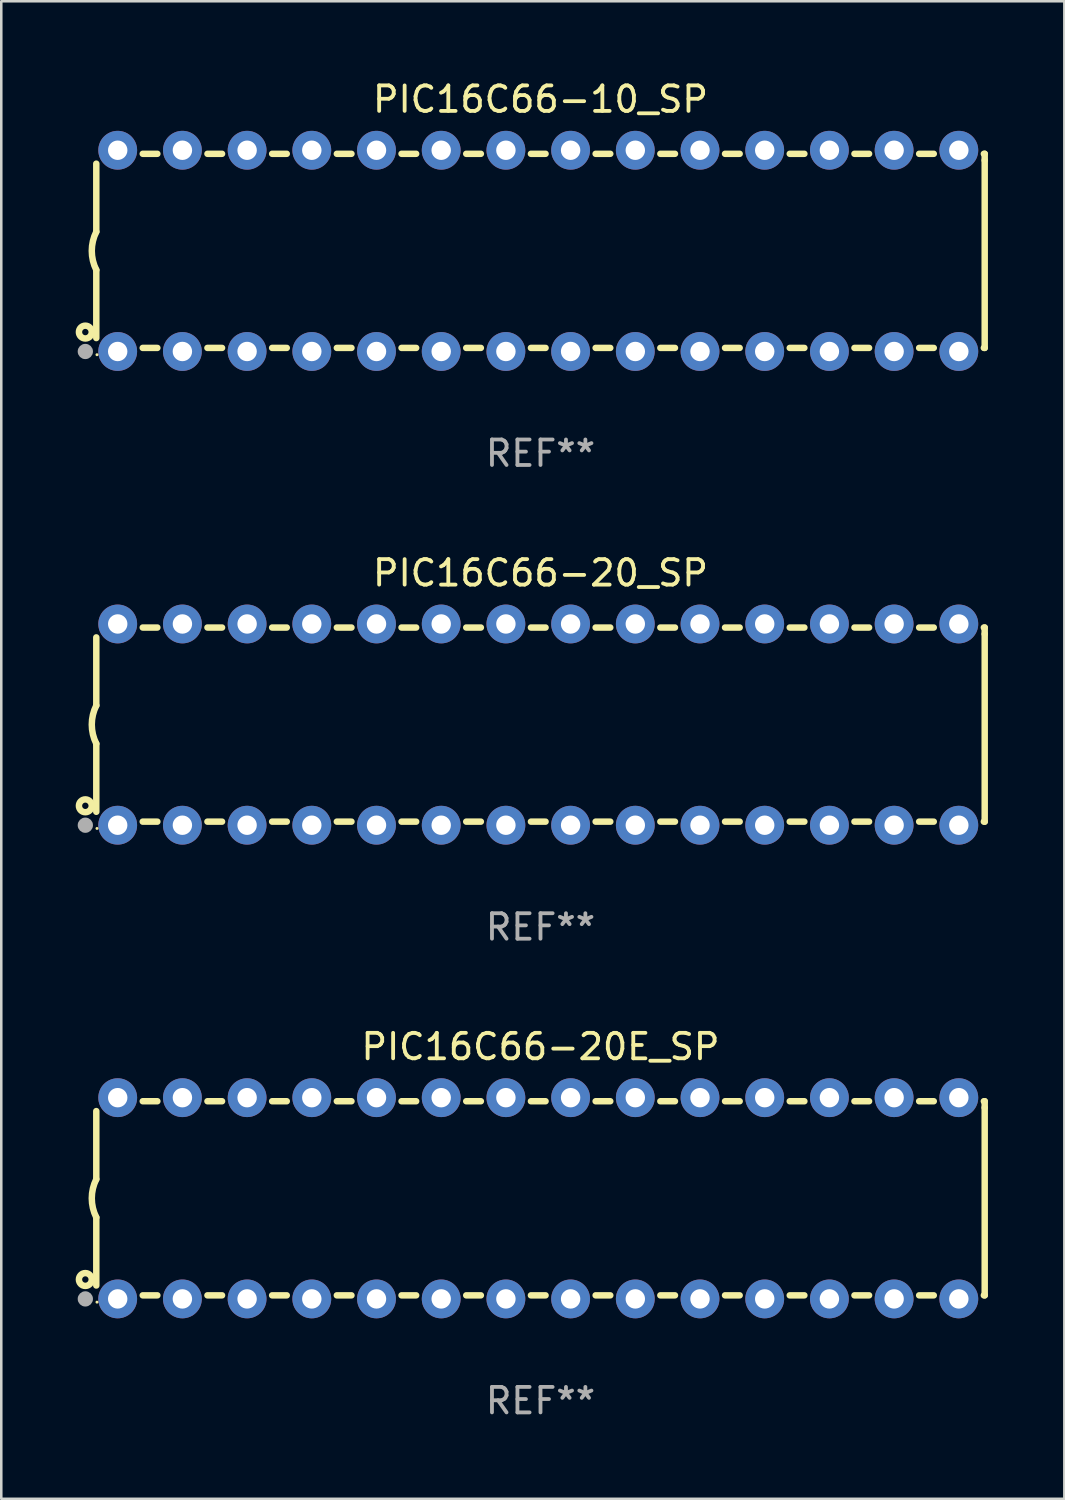
<source format=kicad_pcb>
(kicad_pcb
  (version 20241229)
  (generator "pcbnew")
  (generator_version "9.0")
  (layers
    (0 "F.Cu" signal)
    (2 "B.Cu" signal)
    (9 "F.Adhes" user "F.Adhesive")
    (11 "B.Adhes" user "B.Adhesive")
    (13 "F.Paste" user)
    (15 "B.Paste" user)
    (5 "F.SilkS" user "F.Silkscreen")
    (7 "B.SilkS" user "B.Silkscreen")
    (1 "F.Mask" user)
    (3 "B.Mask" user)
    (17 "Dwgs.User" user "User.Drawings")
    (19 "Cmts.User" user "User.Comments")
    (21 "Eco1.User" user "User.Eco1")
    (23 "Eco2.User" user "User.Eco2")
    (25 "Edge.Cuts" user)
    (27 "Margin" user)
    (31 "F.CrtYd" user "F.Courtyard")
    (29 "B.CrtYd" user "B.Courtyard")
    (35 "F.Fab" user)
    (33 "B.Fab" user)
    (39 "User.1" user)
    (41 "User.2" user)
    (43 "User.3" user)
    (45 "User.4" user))
  (footprint "PIC16C66-20E_SP"
    (layer "F.Cu")
    (at 18.168 43.991)
    (property "Reference" "PIC16C66-20E_SP" (at 0 -5.95 0) (layer "F.SilkS") (effects (font (size 1 1) (thickness 0.15))))
    (attr through_hole)
    (fp_line (start -17.438 0.75) (end -17.438 3.423) (stroke (width 0.254) (type solid)) (layer "F.SilkS"))
    (fp_line (start -17.438 -3.423) (end -17.438 -0.75) (stroke (width 0.254) (type solid)) (layer "F.SilkS"))
    (fp_line (start -15.615 3.81) (end -15.041 3.81) (stroke (width 0.254) (type solid)) (layer "F.SilkS"))
    (fp_line (start -15.041 -3.81) (end -15.614 -3.81) (stroke (width 0.254) (type solid)) (layer "F.SilkS"))
    (fp_line (start -13.075 3.81) (end -12.501 3.81) (stroke (width 0.254) (type solid)) (layer "F.SilkS"))
    (fp_line (start -12.501 -3.81) (end -13.074 -3.81) (stroke (width 0.254) (type solid)) (layer "F.SilkS"))
    (fp_line (start -10.535 3.81) (end -9.961 3.81) (stroke (width 0.254) (type solid)) (layer "F.SilkS"))
    (fp_line (start -9.961 -3.81) (end -10.534 -3.81) (stroke (width 0.254) (type solid)) (layer "F.SilkS"))
    (fp_line (start -7.995 3.81) (end -7.421 3.81) (stroke (width 0.254) (type solid)) (layer "F.SilkS"))
    (fp_line (start -7.421 -3.81) (end -7.995 -3.81) (stroke (width 0.254) (type solid)) (layer "F.SilkS"))
    (fp_line (start -5.455 3.81) (end -4.881 3.81) (stroke (width 0.254) (type solid)) (layer "F.SilkS"))
    (fp_line (start -4.881 -3.81) (end -5.455 -3.81) (stroke (width 0.254) (type solid)) (layer "F.SilkS"))
    (fp_line (start -2.915 3.81) (end -2.341 3.81) (stroke (width 0.254) (type solid)) (layer "F.SilkS"))
    (fp_line (start -2.341 -3.81) (end -2.915 -3.81) (stroke (width 0.254) (type solid)) (layer "F.SilkS"))
    (fp_line (start -0.375 3.81) (end 0.199 3.81) (stroke (width 0.254) (type solid)) (layer "F.SilkS"))
    (fp_line (start 0.199 -3.81) (end -0.375 -3.81) (stroke (width 0.254) (type solid)) (layer "F.SilkS"))
    (fp_line (start 2.165 3.81) (end 2.739 3.81) (stroke (width 0.254) (type solid)) (layer "F.SilkS"))
    (fp_line (start 2.739 -3.81) (end 2.165 -3.81) (stroke (width 0.254) (type solid)) (layer "F.SilkS"))
    (fp_line (start 4.705 3.81) (end 5.279 3.81) (stroke (width 0.254) (type solid)) (layer "F.SilkS"))
    (fp_line (start 5.279 -3.81) (end 4.705 -3.81) (stroke (width 0.254) (type solid)) (layer "F.SilkS"))
    (fp_line (start 7.245 3.81) (end 7.819 3.81) (stroke (width 0.254) (type solid)) (layer "F.SilkS"))
    (fp_line (start 7.819 -3.81) (end 7.245 -3.81) (stroke (width 0.254) (type solid)) (layer "F.SilkS"))
    (fp_line (start 9.785 3.81) (end 10.359 3.81) (stroke (width 0.254) (type solid)) (layer "F.SilkS"))
    (fp_line (start 10.359 -3.81) (end 9.785 -3.81) (stroke (width 0.254) (type solid)) (layer "F.SilkS"))
    (fp_line (start 12.325 3.81) (end 12.899 3.81) (stroke (width 0.254) (type solid)) (layer "F.SilkS"))
    (fp_line (start 12.899 -3.81) (end 12.325 -3.81) (stroke (width 0.254) (type solid)) (layer "F.SilkS"))
    (fp_line (start 14.865 3.81) (end 15.439 3.81) (stroke (width 0.254) (type solid)) (layer "F.SilkS"))
    (fp_line (start 15.439 -3.81) (end 14.865 -3.81) (stroke (width 0.254) (type solid)) (layer "F.SilkS"))
    (fp_line (start 17.405 3.81) (end 17.438 3.81) (stroke (width 0.254) (type solid)) (layer "F.SilkS"))
    (fp_line (start 17.438 -3.81) (end 17.405 -3.81) (stroke (width 0.254) (type solid)) (layer "F.SilkS"))
    (fp_line (start 17.438 -3.556) (end 17.438 -3.81) (stroke (width 0.254) (type solid)) (layer "F.SilkS"))
    (fp_line (start 17.438 3.81) (end 17.438 -3.556) (stroke (width 0.254) (type solid)) (layer "F.SilkS"))
    (fp_arc (start -17.437986 0.749657) (mid -17.614887 -0.000024) (end -17.437783 -0.749657) (stroke (width 0.254001) (type solid)) (layer "F.SilkS"))
    (fp_circle (center -17.868 3.188) (end -17.743 3.188) (stroke (width 0.254) (type solid)) (fill no) (layer "F.SilkS"))
    (fp_circle (center -17.411 4.077) (end -17.381 4.077) (stroke (width 0.06) (type solid)) (fill no) (layer "F.SilkS"))
    (fp_circle (center -17.868 3.95) (end -17.718 3.95) (stroke (width 0.3) (type solid)) (fill no) (layer "F.Fab"))
    (fp_text user "REF**" (at 0 7.95 0) (layer "F.Fab") (effects (font (size 1 1) (thickness 0.15))))
    (pad "1" thru_hole circle (at -16.598 3.95) (size 1.524 1.524) (drill 0.762) (layers "*.Cu" "*.Mask"))
    (pad "2" thru_hole circle (at -14.058 3.95) (size 1.524 1.524) (drill 0.762) (layers "*.Cu" "*.Mask"))
    (pad "3" thru_hole circle (at -11.518 3.95) (size 1.524 1.524) (drill 0.762) (layers "*.Cu" "*.Mask"))
    (pad "4" thru_hole circle (at -8.978 3.95) (size 1.524 1.524) (drill 0.762) (layers "*.Cu" "*.Mask"))
    (pad "5" thru_hole circle (at -6.438 3.95) (size 1.524 1.524) (drill 0.762) (layers "*.Cu" "*.Mask"))
    (pad "6" thru_hole circle (at -3.898 3.95) (size 1.524 1.524) (drill 0.762) (layers "*.Cu" "*.Mask"))
    (pad "7" thru_hole circle (at -1.358 3.95) (size 1.524 1.524) (drill 0.762) (layers "*.Cu" "*.Mask"))
    (pad "8" thru_hole circle (at 1.182 3.95) (size 1.524 1.524) (drill 0.762) (layers "*.Cu" "*.Mask"))
    (pad "9" thru_hole circle (at 3.722 3.95) (size 1.524 1.524) (drill 0.762) (layers "*.Cu" "*.Mask"))
    (pad "10" thru_hole circle (at 6.262 3.95) (size 1.524 1.524) (drill 0.762) (layers "*.Cu" "*.Mask"))
    (pad "11" thru_hole circle (at 8.802 3.95) (size 1.524 1.524) (drill 0.762) (layers "*.Cu" "*.Mask"))
    (pad "12" thru_hole circle (at 11.342 3.95) (size 1.524 1.524) (drill 0.762) (layers "*.Cu" "*.Mask"))
    (pad "13" thru_hole circle (at 13.882 3.95) (size 1.524 1.524) (drill 0.762) (layers "*.Cu" "*.Mask"))
    (pad "14" thru_hole circle (at 16.422 3.95) (size 1.524 1.524) (drill 0.762) (layers "*.Cu" "*.Mask"))
    (pad "15" thru_hole circle (at 16.422 -3.95) (size 1.524 1.524) (drill 0.762) (layers "*.Cu" "*.Mask"))
    (pad "16" thru_hole circle (at 13.882 -3.95) (size 1.524 1.524) (drill 0.762) (layers "*.Cu" "*.Mask"))
    (pad "17" thru_hole circle (at 11.342 -3.95) (size 1.524 1.524) (drill 0.762) (layers "*.Cu" "*.Mask"))
    (pad "18" thru_hole circle (at 8.802 -3.95) (size 1.524 1.524) (drill 0.762) (layers "*.Cu" "*.Mask"))
    (pad "19" thru_hole circle (at 6.262 -3.95) (size 1.524 1.524) (drill 0.762) (layers "*.Cu" "*.Mask"))
    (pad "20" thru_hole circle (at 3.722 -3.95) (size 1.524 1.524) (drill 0.762) (layers "*.Cu" "*.Mask"))
    (pad "21" thru_hole circle (at 1.182 -3.95) (size 1.524 1.524) (drill 0.762) (layers "*.Cu" "*.Mask"))
    (pad "22" thru_hole circle (at -1.358 -3.95) (size 1.524 1.524) (drill 0.762) (layers "*.Cu" "*.Mask"))
    (pad "23" thru_hole circle (at -3.898 -3.95) (size 1.524 1.524) (drill 0.762) (layers "*.Cu" "*.Mask"))
    (pad "24" thru_hole circle (at -6.438 -3.95) (size 1.524 1.524) (drill 0.762) (layers "*.Cu" "*.Mask"))
    (pad "25" thru_hole circle (at -8.978 -3.95) (size 1.524 1.524) (drill 0.762) (layers "*.Cu" "*.Mask"))
    (pad "26" thru_hole circle (at -11.517 -3.95) (size 1.524 1.524) (drill 0.762) (layers "*.Cu" "*.Mask"))
    (pad "27" thru_hole circle (at -14.057 -3.95) (size 1.524 1.524) (drill 0.762) (layers "*.Cu" "*.Mask"))
    (pad "28" thru_hole circle (at -16.597 -3.95) (size 1.524 1.524) (drill 0.762) (layers "*.Cu" "*.Mask")))
  (footprint "PIC16C66-10_SP"
    (layer "F.Cu")
    (at 18.168 6.798)
    (property "Reference" "PIC16C66-10_SP" (at 0 -5.95 0) (layer "F.SilkS") (effects (font (size 1 1) (thickness 0.15))))
    (attr through_hole)
    (fp_line (start -17.438 0.75) (end -17.438 3.423) (stroke (width 0.254) (type solid)) (layer "F.SilkS"))
    (fp_line (start -17.438 -3.423) (end -17.438 -0.75) (stroke (width 0.254) (type solid)) (layer "F.SilkS"))
    (fp_line (start -15.615 3.81) (end -15.041 3.81) (stroke (width 0.254) (type solid)) (layer "F.SilkS"))
    (fp_line (start -15.041 -3.81) (end -15.614 -3.81) (stroke (width 0.254) (type solid)) (layer "F.SilkS"))
    (fp_line (start -13.075 3.81) (end -12.501 3.81) (stroke (width 0.254) (type solid)) (layer "F.SilkS"))
    (fp_line (start -12.501 -3.81) (end -13.074 -3.81) (stroke (width 0.254) (type solid)) (layer "F.SilkS"))
    (fp_line (start -10.535 3.81) (end -9.961 3.81) (stroke (width 0.254) (type solid)) (layer "F.SilkS"))
    (fp_line (start -9.961 -3.81) (end -10.534 -3.81) (stroke (width 0.254) (type solid)) (layer "F.SilkS"))
    (fp_line (start -7.995 3.81) (end -7.421 3.81) (stroke (width 0.254) (type solid)) (layer "F.SilkS"))
    (fp_line (start -7.421 -3.81) (end -7.995 -3.81) (stroke (width 0.254) (type solid)) (layer "F.SilkS"))
    (fp_line (start -5.455 3.81) (end -4.881 3.81) (stroke (width 0.254) (type solid)) (layer "F.SilkS"))
    (fp_line (start -4.881 -3.81) (end -5.455 -3.81) (stroke (width 0.254) (type solid)) (layer "F.SilkS"))
    (fp_line (start -2.915 3.81) (end -2.341 3.81) (stroke (width 0.254) (type solid)) (layer "F.SilkS"))
    (fp_line (start -2.341 -3.81) (end -2.915 -3.81) (stroke (width 0.254) (type solid)) (layer "F.SilkS"))
    (fp_line (start -0.375 3.81) (end 0.199 3.81) (stroke (width 0.254) (type solid)) (layer "F.SilkS"))
    (fp_line (start 0.199 -3.81) (end -0.375 -3.81) (stroke (width 0.254) (type solid)) (layer "F.SilkS"))
    (fp_line (start 2.165 3.81) (end 2.739 3.81) (stroke (width 0.254) (type solid)) (layer "F.SilkS"))
    (fp_line (start 2.739 -3.81) (end 2.165 -3.81) (stroke (width 0.254) (type solid)) (layer "F.SilkS"))
    (fp_line (start 4.705 3.81) (end 5.279 3.81) (stroke (width 0.254) (type solid)) (layer "F.SilkS"))
    (fp_line (start 5.279 -3.81) (end 4.705 -3.81) (stroke (width 0.254) (type solid)) (layer "F.SilkS"))
    (fp_line (start 7.245 3.81) (end 7.819 3.81) (stroke (width 0.254) (type solid)) (layer "F.SilkS"))
    (fp_line (start 7.819 -3.81) (end 7.245 -3.81) (stroke (width 0.254) (type solid)) (layer "F.SilkS"))
    (fp_line (start 9.785 3.81) (end 10.359 3.81) (stroke (width 0.254) (type solid)) (layer "F.SilkS"))
    (fp_line (start 10.359 -3.81) (end 9.785 -3.81) (stroke (width 0.254) (type solid)) (layer "F.SilkS"))
    (fp_line (start 12.325 3.81) (end 12.899 3.81) (stroke (width 0.254) (type solid)) (layer "F.SilkS"))
    (fp_line (start 12.899 -3.81) (end 12.325 -3.81) (stroke (width 0.254) (type solid)) (layer "F.SilkS"))
    (fp_line (start 14.865 3.81) (end 15.439 3.81) (stroke (width 0.254) (type solid)) (layer "F.SilkS"))
    (fp_line (start 15.439 -3.81) (end 14.865 -3.81) (stroke (width 0.254) (type solid)) (layer "F.SilkS"))
    (fp_line (start 17.405 3.81) (end 17.438 3.81) (stroke (width 0.254) (type solid)) (layer "F.SilkS"))
    (fp_line (start 17.438 -3.81) (end 17.405 -3.81) (stroke (width 0.254) (type solid)) (layer "F.SilkS"))
    (fp_line (start 17.438 -3.556) (end 17.438 -3.81) (stroke (width 0.254) (type solid)) (layer "F.SilkS"))
    (fp_line (start 17.438 3.81) (end 17.438 -3.556) (stroke (width 0.254) (type solid)) (layer "F.SilkS"))
    (fp_arc (start -17.437986 0.749657) (mid -17.614887 -0.000024) (end -17.437783 -0.749657) (stroke (width 0.254001) (type solid)) (layer "F.SilkS"))
    (fp_circle (center -17.868 3.188) (end -17.743 3.188) (stroke (width 0.254) (type solid)) (fill no) (layer "F.SilkS"))
    (fp_circle (center -17.411 4.077) (end -17.381 4.077) (stroke (width 0.06) (type solid)) (fill no) (layer "F.SilkS"))
    (fp_circle (center -17.868 3.95) (end -17.718 3.95) (stroke (width 0.3) (type solid)) (fill no) (layer "F.Fab"))
    (fp_text user "REF**" (at 0 7.95 0) (layer "F.Fab") (effects (font (size 1 1) (thickness 0.15))))
    (pad "1" thru_hole circle (at -16.598 3.95) (size 1.524 1.524) (drill 0.762) (layers "*.Cu" "*.Mask"))
    (pad "2" thru_hole circle (at -14.058 3.95) (size 1.524 1.524) (drill 0.762) (layers "*.Cu" "*.Mask"))
    (pad "3" thru_hole circle (at -11.518 3.95) (size 1.524 1.524) (drill 0.762) (layers "*.Cu" "*.Mask"))
    (pad "4" thru_hole circle (at -8.978 3.95) (size 1.524 1.524) (drill 0.762) (layers "*.Cu" "*.Mask"))
    (pad "5" thru_hole circle (at -6.438 3.95) (size 1.524 1.524) (drill 0.762) (layers "*.Cu" "*.Mask"))
    (pad "6" thru_hole circle (at -3.898 3.95) (size 1.524 1.524) (drill 0.762) (layers "*.Cu" "*.Mask"))
    (pad "7" thru_hole circle (at -1.358 3.95) (size 1.524 1.524) (drill 0.762) (layers "*.Cu" "*.Mask"))
    (pad "8" thru_hole circle (at 1.182 3.95) (size 1.524 1.524) (drill 0.762) (layers "*.Cu" "*.Mask"))
    (pad "9" thru_hole circle (at 3.722 3.95) (size 1.524 1.524) (drill 0.762) (layers "*.Cu" "*.Mask"))
    (pad "10" thru_hole circle (at 6.262 3.95) (size 1.524 1.524) (drill 0.762) (layers "*.Cu" "*.Mask"))
    (pad "11" thru_hole circle (at 8.802 3.95) (size 1.524 1.524) (drill 0.762) (layers "*.Cu" "*.Mask"))
    (pad "12" thru_hole circle (at 11.342 3.95) (size 1.524 1.524) (drill 0.762) (layers "*.Cu" "*.Mask"))
    (pad "13" thru_hole circle (at 13.882 3.95) (size 1.524 1.524) (drill 0.762) (layers "*.Cu" "*.Mask"))
    (pad "14" thru_hole circle (at 16.422 3.95) (size 1.524 1.524) (drill 0.762) (layers "*.Cu" "*.Mask"))
    (pad "15" thru_hole circle (at 16.422 -3.95) (size 1.524 1.524) (drill 0.762) (layers "*.Cu" "*.Mask"))
    (pad "16" thru_hole circle (at 13.882 -3.95) (size 1.524 1.524) (drill 0.762) (layers "*.Cu" "*.Mask"))
    (pad "17" thru_hole circle (at 11.342 -3.95) (size 1.524 1.524) (drill 0.762) (layers "*.Cu" "*.Mask"))
    (pad "18" thru_hole circle (at 8.802 -3.95) (size 1.524 1.524) (drill 0.762) (layers "*.Cu" "*.Mask"))
    (pad "19" thru_hole circle (at 6.262 -3.95) (size 1.524 1.524) (drill 0.762) (layers "*.Cu" "*.Mask"))
    (pad "20" thru_hole circle (at 3.722 -3.95) (size 1.524 1.524) (drill 0.762) (layers "*.Cu" "*.Mask"))
    (pad "21" thru_hole circle (at 1.182 -3.95) (size 1.524 1.524) (drill 0.762) (layers "*.Cu" "*.Mask"))
    (pad "22" thru_hole circle (at -1.358 -3.95) (size 1.524 1.524) (drill 0.762) (layers "*.Cu" "*.Mask"))
    (pad "23" thru_hole circle (at -3.898 -3.95) (size 1.524 1.524) (drill 0.762) (layers "*.Cu" "*.Mask"))
    (pad "24" thru_hole circle (at -6.438 -3.95) (size 1.524 1.524) (drill 0.762) (layers "*.Cu" "*.Mask"))
    (pad "25" thru_hole circle (at -8.978 -3.95) (size 1.524 1.524) (drill 0.762) (layers "*.Cu" "*.Mask"))
    (pad "26" thru_hole circle (at -11.517 -3.95) (size 1.524 1.524) (drill 0.762) (layers "*.Cu" "*.Mask"))
    (pad "27" thru_hole circle (at -14.057 -3.95) (size 1.524 1.524) (drill 0.762) (layers "*.Cu" "*.Mask"))
    (pad "28" thru_hole circle (at -16.597 -3.95) (size 1.524 1.524) (drill 0.762) (layers "*.Cu" "*.Mask")))
  (footprint "PIC16C66-20_SP"
    (layer "F.Cu")
    (at 18.168 25.395)
    (property "Reference" "PIC16C66-20_SP" (at 0 -5.95 0) (layer "F.SilkS") (effects (font (size 1 1) (thickness 0.15))))
    (attr through_hole)
    (fp_line (start -17.438 0.75) (end -17.438 3.423) (stroke (width 0.254) (type solid)) (layer "F.SilkS"))
    (fp_line (start -17.438 -3.423) (end -17.438 -0.75) (stroke (width 0.254) (type solid)) (layer "F.SilkS"))
    (fp_line (start -15.615 3.81) (end -15.041 3.81) (stroke (width 0.254) (type solid)) (layer "F.SilkS"))
    (fp_line (start -15.041 -3.81) (end -15.614 -3.81) (stroke (width 0.254) (type solid)) (layer "F.SilkS"))
    (fp_line (start -13.075 3.81) (end -12.501 3.81) (stroke (width 0.254) (type solid)) (layer "F.SilkS"))
    (fp_line (start -12.501 -3.81) (end -13.074 -3.81) (stroke (width 0.254) (type solid)) (layer "F.SilkS"))
    (fp_line (start -10.535 3.81) (end -9.961 3.81) (stroke (width 0.254) (type solid)) (layer "F.SilkS"))
    (fp_line (start -9.961 -3.81) (end -10.534 -3.81) (stroke (width 0.254) (type solid)) (layer "F.SilkS"))
    (fp_line (start -7.995 3.81) (end -7.421 3.81) (stroke (width 0.254) (type solid)) (layer "F.SilkS"))
    (fp_line (start -7.421 -3.81) (end -7.995 -3.81) (stroke (width 0.254) (type solid)) (layer "F.SilkS"))
    (fp_line (start -5.455 3.81) (end -4.881 3.81) (stroke (width 0.254) (type solid)) (layer "F.SilkS"))
    (fp_line (start -4.881 -3.81) (end -5.455 -3.81) (stroke (width 0.254) (type solid)) (layer "F.SilkS"))
    (fp_line (start -2.915 3.81) (end -2.341 3.81) (stroke (width 0.254) (type solid)) (layer "F.SilkS"))
    (fp_line (start -2.341 -3.81) (end -2.915 -3.81) (stroke (width 0.254) (type solid)) (layer "F.SilkS"))
    (fp_line (start -0.375 3.81) (end 0.199 3.81) (stroke (width 0.254) (type solid)) (layer "F.SilkS"))
    (fp_line (start 0.199 -3.81) (end -0.375 -3.81) (stroke (width 0.254) (type solid)) (layer "F.SilkS"))
    (fp_line (start 2.165 3.81) (end 2.739 3.81) (stroke (width 0.254) (type solid)) (layer "F.SilkS"))
    (fp_line (start 2.739 -3.81) (end 2.165 -3.81) (stroke (width 0.254) (type solid)) (layer "F.SilkS"))
    (fp_line (start 4.705 3.81) (end 5.279 3.81) (stroke (width 0.254) (type solid)) (layer "F.SilkS"))
    (fp_line (start 5.279 -3.81) (end 4.705 -3.81) (stroke (width 0.254) (type solid)) (layer "F.SilkS"))
    (fp_line (start 7.245 3.81) (end 7.819 3.81) (stroke (width 0.254) (type solid)) (layer "F.SilkS"))
    (fp_line (start 7.819 -3.81) (end 7.245 -3.81) (stroke (width 0.254) (type solid)) (layer "F.SilkS"))
    (fp_line (start 9.785 3.81) (end 10.359 3.81) (stroke (width 0.254) (type solid)) (layer "F.SilkS"))
    (fp_line (start 10.359 -3.81) (end 9.785 -3.81) (stroke (width 0.254) (type solid)) (layer "F.SilkS"))
    (fp_line (start 12.325 3.81) (end 12.899 3.81) (stroke (width 0.254) (type solid)) (layer "F.SilkS"))
    (fp_line (start 12.899 -3.81) (end 12.325 -3.81) (stroke (width 0.254) (type solid)) (layer "F.SilkS"))
    (fp_line (start 14.865 3.81) (end 15.439 3.81) (stroke (width 0.254) (type solid)) (layer "F.SilkS"))
    (fp_line (start 15.439 -3.81) (end 14.865 -3.81) (stroke (width 0.254) (type solid)) (layer "F.SilkS"))
    (fp_line (start 17.405 3.81) (end 17.438 3.81) (stroke (width 0.254) (type solid)) (layer "F.SilkS"))
    (fp_line (start 17.438 -3.81) (end 17.405 -3.81) (stroke (width 0.254) (type solid)) (layer "F.SilkS"))
    (fp_line (start 17.438 -3.556) (end 17.438 -3.81) (stroke (width 0.254) (type solid)) (layer "F.SilkS"))
    (fp_line (start 17.438 3.81) (end 17.438 -3.556) (stroke (width 0.254) (type solid)) (layer "F.SilkS"))
    (fp_arc (start -17.437986 0.749657) (mid -17.614887 -0.000024) (end -17.437783 -0.749657) (stroke (width 0.254001) (type solid)) (layer "F.SilkS"))
    (fp_circle (center -17.868 3.188) (end -17.743 3.188) (stroke (width 0.254) (type solid)) (fill no) (layer "F.SilkS"))
    (fp_circle (center -17.411 4.077) (end -17.381 4.077) (stroke (width 0.06) (type solid)) (fill no) (layer "F.SilkS"))
    (fp_circle (center -17.868 3.95) (end -17.718 3.95) (stroke (width 0.3) (type solid)) (fill no) (layer "F.Fab"))
    (fp_text user "REF**" (at 0 7.95 0) (layer "F.Fab") (effects (font (size 1 1) (thickness 0.15))))
    (pad "1" thru_hole circle (at -16.598 3.95) (size 1.524 1.524) (drill 0.762) (layers "*.Cu" "*.Mask"))
    (pad "2" thru_hole circle (at -14.058 3.95) (size 1.524 1.524) (drill 0.762) (layers "*.Cu" "*.Mask"))
    (pad "3" thru_hole circle (at -11.518 3.95) (size 1.524 1.524) (drill 0.762) (layers "*.Cu" "*.Mask"))
    (pad "4" thru_hole circle (at -8.978 3.95) (size 1.524 1.524) (drill 0.762) (layers "*.Cu" "*.Mask"))
    (pad "5" thru_hole circle (at -6.438 3.95) (size 1.524 1.524) (drill 0.762) (layers "*.Cu" "*.Mask"))
    (pad "6" thru_hole circle (at -3.898 3.95) (size 1.524 1.524) (drill 0.762) (layers "*.Cu" "*.Mask"))
    (pad "7" thru_hole circle (at -1.358 3.95) (size 1.524 1.524) (drill 0.762) (layers "*.Cu" "*.Mask"))
    (pad "8" thru_hole circle (at 1.182 3.95) (size 1.524 1.524) (drill 0.762) (layers "*.Cu" "*.Mask"))
    (pad "9" thru_hole circle (at 3.722 3.95) (size 1.524 1.524) (drill 0.762) (layers "*.Cu" "*.Mask"))
    (pad "10" thru_hole circle (at 6.262 3.95) (size 1.524 1.524) (drill 0.762) (layers "*.Cu" "*.Mask"))
    (pad "11" thru_hole circle (at 8.802 3.95) (size 1.524 1.524) (drill 0.762) (layers "*.Cu" "*.Mask"))
    (pad "12" thru_hole circle (at 11.342 3.95) (size 1.524 1.524) (drill 0.762) (layers "*.Cu" "*.Mask"))
    (pad "13" thru_hole circle (at 13.882 3.95) (size 1.524 1.524) (drill 0.762) (layers "*.Cu" "*.Mask"))
    (pad "14" thru_hole circle (at 16.422 3.95) (size 1.524 1.524) (drill 0.762) (layers "*.Cu" "*.Mask"))
    (pad "15" thru_hole circle (at 16.422 -3.95) (size 1.524 1.524) (drill 0.762) (layers "*.Cu" "*.Mask"))
    (pad "16" thru_hole circle (at 13.882 -3.95) (size 1.524 1.524) (drill 0.762) (layers "*.Cu" "*.Mask"))
    (pad "17" thru_hole circle (at 11.342 -3.95) (size 1.524 1.524) (drill 0.762) (layers "*.Cu" "*.Mask"))
    (pad "18" thru_hole circle (at 8.802 -3.95) (size 1.524 1.524) (drill 0.762) (layers "*.Cu" "*.Mask"))
    (pad "19" thru_hole circle (at 6.262 -3.95) (size 1.524 1.524) (drill 0.762) (layers "*.Cu" "*.Mask"))
    (pad "20" thru_hole circle (at 3.722 -3.95) (size 1.524 1.524) (drill 0.762) (layers "*.Cu" "*.Mask"))
    (pad "21" thru_hole circle (at 1.182 -3.95) (size 1.524 1.524) (drill 0.762) (layers "*.Cu" "*.Mask"))
    (pad "22" thru_hole circle (at -1.358 -3.95) (size 1.524 1.524) (drill 0.762) (layers "*.Cu" "*.Mask"))
    (pad "23" thru_hole circle (at -3.898 -3.95) (size 1.524 1.524) (drill 0.762) (layers "*.Cu" "*.Mask"))
    (pad "24" thru_hole circle (at -6.438 -3.95) (size 1.524 1.524) (drill 0.762) (layers "*.Cu" "*.Mask"))
    (pad "25" thru_hole circle (at -8.978 -3.95) (size 1.524 1.524) (drill 0.762) (layers "*.Cu" "*.Mask"))
    (pad "26" thru_hole circle (at -11.517 -3.95) (size 1.524 1.524) (drill 0.762) (layers "*.Cu" "*.Mask"))
    (pad "27" thru_hole circle (at -14.057 -3.95) (size 1.524 1.524) (drill 0.762) (layers "*.Cu" "*.Mask"))
    (pad "28" thru_hole circle (at -16.597 -3.95) (size 1.524 1.524) (drill 0.762) (layers "*.Cu" "*.Mask")))
  (gr_rect
    (start -3 -3)
    (end 38.733 55.789)
    (stroke (width 0.1) (type default))
    (fill no)
    (layer "Edge.Cuts")))
</source>
